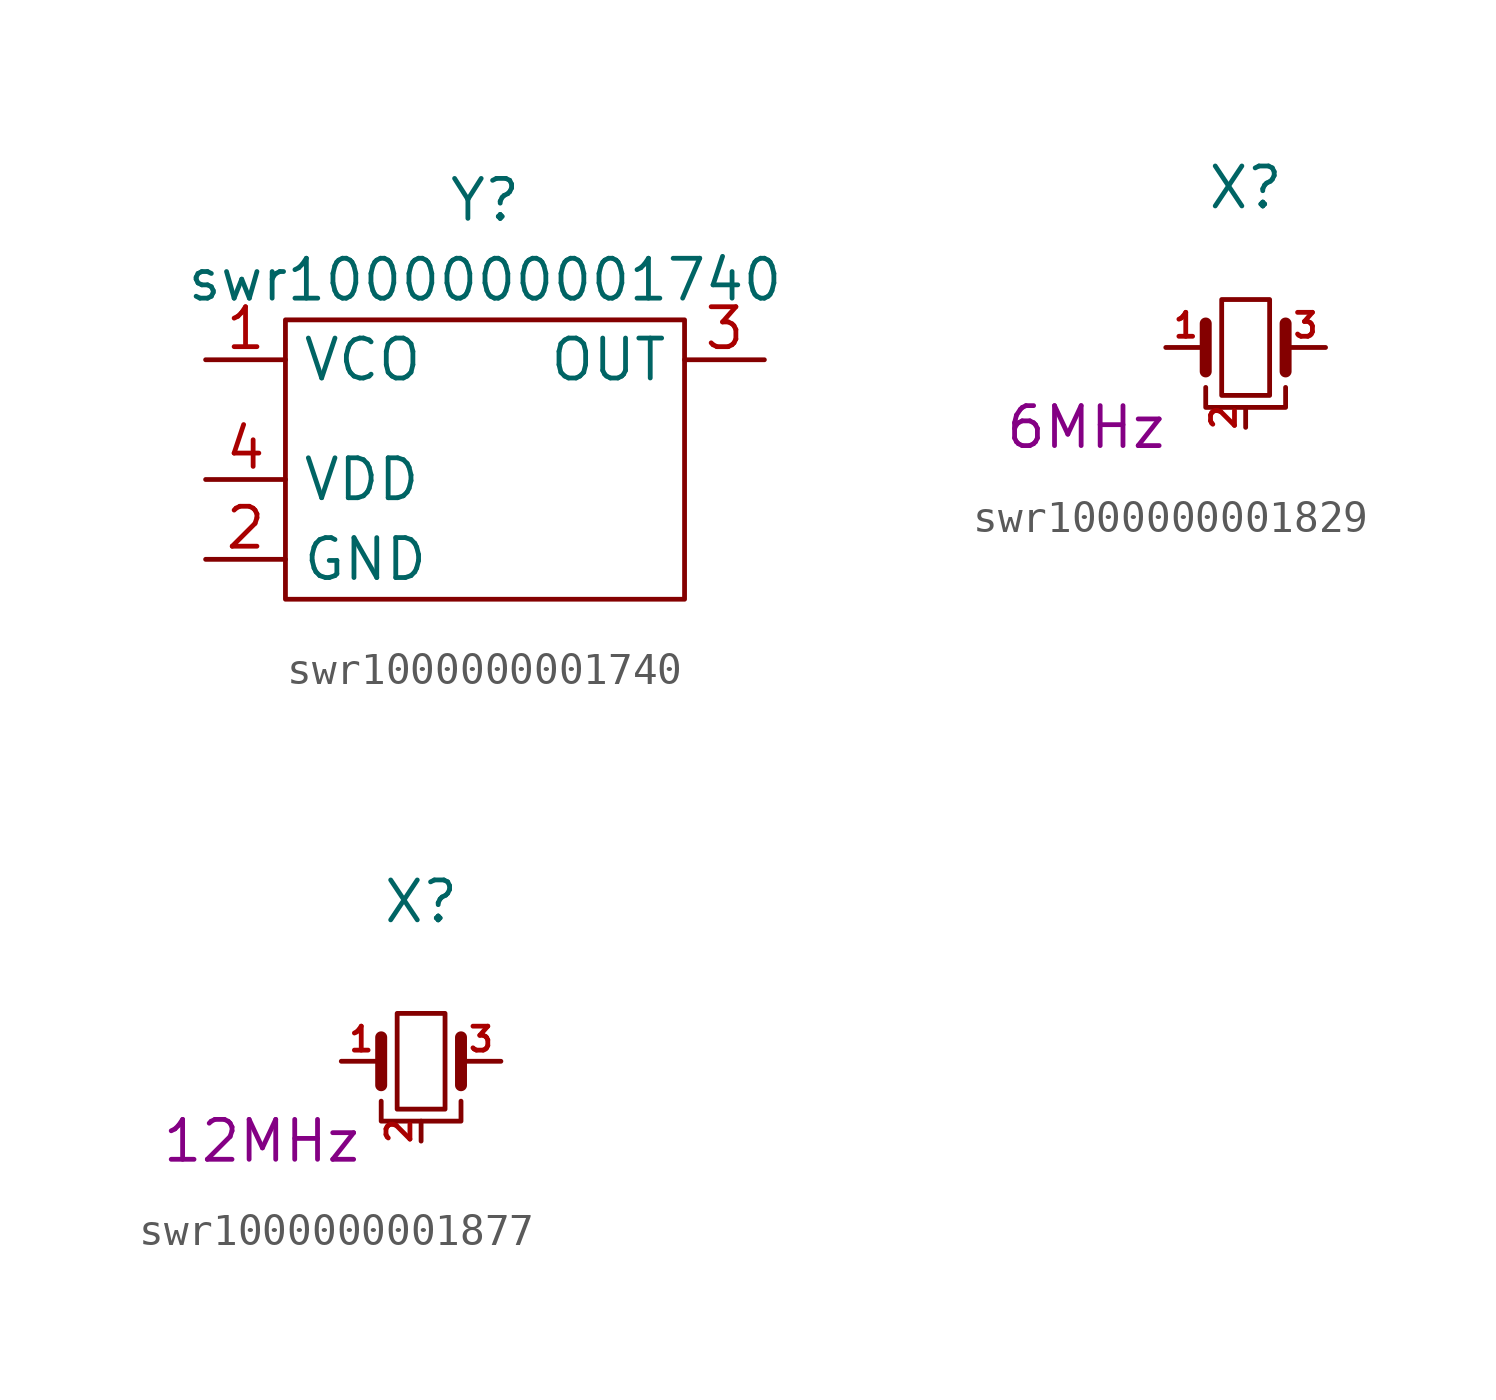
<source format=kicad_sym>
(kicad_symbol_lib
  (version 20220914)
  (generator kicad_symbol_editor)
  (symbol "swr1000000001740"
    (property "Reference" "Y"
      (at 0 5.08 0)
      (effects (font (size 1.27 1.27))))
    (property "Value" "swr1000000001740"
      (at 0 2.54 0)
      (effects (font (size 1.27 1.27))))
    (symbol "swr1000000001740_0_0"
      (pin input line (at -8.89 0 0) (length 2.54) (name "VCO" (effects (font (size 1.27 1.27)))) (number "1" (effects (font (size 1.27 1.27)))))
      (pin power_in line (at -8.89 -6.35 0) (length 2.54) (name "GND" (effects (font (size 1.27 1.27)))) (number "2" (effects (font (size 1.27 1.27)))))
      (pin output line (at 8.89 0 180) (length 2.54) (name "OUT" (effects (font (size 1.27 1.27)))) (number "3" (effects (font (size 1.27 1.27)))))
      (pin power_in line (at -8.89 -3.81 0) (length 2.54) (name "VDD" (effects (font (size 1.27 1.27)))) (number "4" (effects (font (size 1.27 1.27))))))
    (symbol "swr1000000001740_0_1"
      (rectangle (start -6.35 1.27) (end 6.35 -7.62) (stroke (width 0) (type default)) (fill (type none)))))
  (symbol "swr1000000001829"
    (property "Reference" "X"
      (at 0 5.08 0)
      (effects (font (size 1.27 1.27))))
    (property "PartValue" "6MHz"
      (at -5.08 -2.54 0)
      (effects (font (size 1.27 1.27))))
    (symbol "swr1000000001829_0_1"
      (rectangle (start -0.762 -1.524) (end 0.762 1.524) (stroke (width 0) (type default)) (fill (type none)))
      (polyline (pts (xy -1.27 -0.762) (xy -1.27 0.762)) (stroke (width 0.381) (type default)) (fill (type none)))
      (polyline (pts (xy 1.27 -0.762) (xy 1.27 0.762)) (stroke (width 0.381) (type default)) (fill (type none)))
      (polyline (pts (xy -1.27 -1.27) (xy -1.27 -1.905) (xy 1.27 -1.905) (xy 1.27 -1.27)) (stroke (width 0) (type default)) (fill (type none))))
    (symbol "swr1000000001829_1_1"
      (pin passive line (at -2.54 0 0) (length 1.27) (name "" (effects (font (size 1.27 1.27)))) (number "1" (effects (font (size 0.762 0.762)))))
      (pin passive line (at 0 -2.54 90) (length 0.635) (name "" (effects (font (size 1.27 1.27)))) (number "2" (effects (font (size 0.762 0.762)))))
      (pin passive line (at 2.54 0 180) (length 1.27) (name "" (effects (font (size 1.27 1.27)))) (number "3" (effects (font (size 0.762 0.762)))))))
  (symbol "swr1000000001877"
    (property "Reference" "X"
      (at 0 5.08 0)
      (effects (font (size 1.27 1.27))))
    (property "PartValue" "12MHz"
      (at -5.08 -2.54 0)
      (effects (font (size 1.27 1.27))))
    (symbol "swr1000000001877_0_1"
      (rectangle (start -0.762 -1.524) (end 0.762 1.524) (stroke (width 0) (type default)) (fill (type none)))
      (polyline (pts (xy -1.27 -0.762) (xy -1.27 0.762)) (stroke (width 0.381) (type default)) (fill (type none)))
      (polyline (pts (xy 1.27 -0.762) (xy 1.27 0.762)) (stroke (width 0.381) (type default)) (fill (type none)))
      (polyline (pts (xy -1.27 -1.27) (xy -1.27 -1.905) (xy 1.27 -1.905) (xy 1.27 -1.27)) (stroke (width 0) (type default)) (fill (type none))))
    (symbol "swr1000000001877_1_1"
      (pin passive line (at -2.54 0 0) (length 1.27) (name "" (effects (font (size 1.27 1.27)))) (number "1" (effects (font (size 0.762 0.762)))))
      (pin passive line (at 0 -2.54 90) (length 0.635) (name "" (effects (font (size 1.27 1.27)))) (number "2" (effects (font (size 0.762 0.762)))))
      (pin passive line (at 2.54 0 180) (length 1.27) (name "" (effects (font (size 1.27 1.27)))) (number "3" (effects (font (size 0.762 0.762))))))))
</source>
